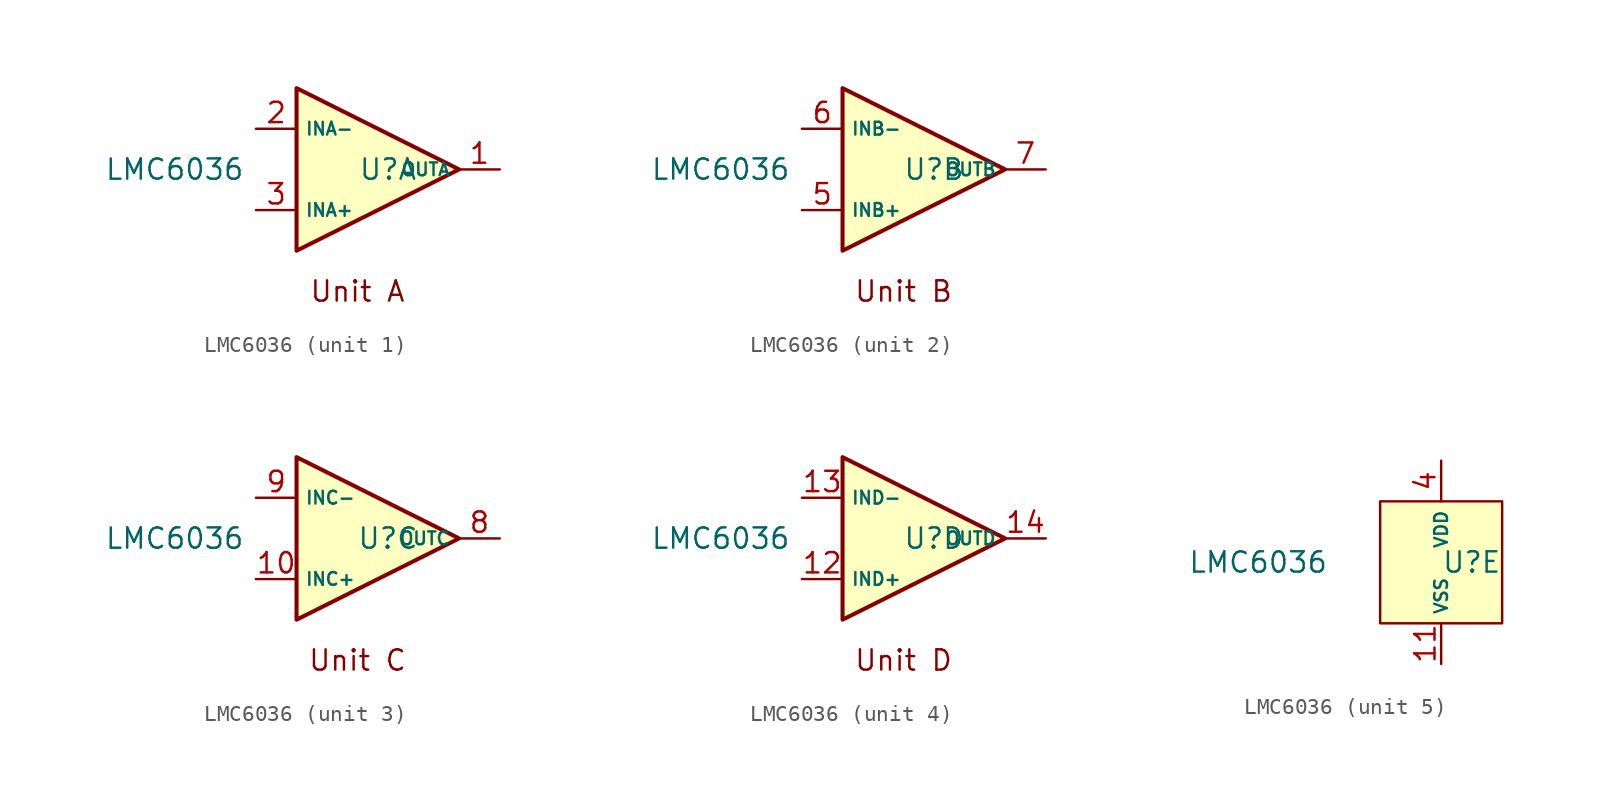
<source format=kicad_sym>
(kicad_symbol_lib
  (version 20210619)
  (generator kicad_symbol_editor)
  (symbol "LMC6036_custom:LMC6036"
    (property "Reference" "U"
      (at 1.905 0 0)
      (effects (font (size 1.27 1.27))))
    (property "Value" "LMC6036"
      (at -11.43 0 0)
      (effects (font (size 1.27 1.27))))
    (property "ki_locked" ""
      (at 0 0 0)
      (effects (font (size 1.27 1.27))))
    (symbol "LMC6036_1_1"
      (text "Unit A" (at 0 -7.62 0) (effects (font (size 1.27 1.27))))
      (polyline (pts (xy -3.81 5.08) (xy 6.35 0) (xy -3.81 -5.08) (xy -3.81 5.08)) (stroke (width 0.254)) (fill (type background)))
      (pin output line (at 8.89 0 180) (length 2.54) (name "OUTA" (effects (font (size 0.8 0.8)))) (number "1" (effects (font (size 1.27 1.27)))))
      (pin input line (at -6.35 2.54 0) (length 2.54) (name "INA-" (effects (font (size 0.8 0.8)))) (number "2" (effects (font (size 1.27 1.27)))))
      (pin input line (at -6.35 -2.54 0) (length 2.54) (name "INA+" (effects (font (size 0.8 0.8)))) (number "3" (effects (font (size 1.27 1.27))))))
    (symbol "LMC6036_2_1"
      (text "Unit B" (at 0 -7.62 0) (effects (font (size 1.27 1.27))))
      (polyline (pts (xy -3.81 5.08) (xy 6.35 0) (xy -3.81 -5.08) (xy -3.81 5.08)) (stroke (width 0.254)) (fill (type background)))
      (pin input line (at -6.35 -2.54 0) (length 2.54) (name "INB+" (effects (font (size 0.8 0.8)))) (number "5" (effects (font (size 1.27 1.27)))))
      (pin input line (at -6.35 2.54 0) (length 2.54) (name "INB-" (effects (font (size 0.8 0.8)))) (number "6" (effects (font (size 1.27 1.27)))))
      (pin output line (at 8.89 0 180) (length 2.54) (name "OUTB" (effects (font (size 0.8 0.8)))) (number "7" (effects (font (size 1.27 1.27))))))
    (symbol "LMC6036_3_1"
      (text "Unit C" (at 0 -7.62 0) (effects (font (size 1.27 1.27))))
      (polyline (pts (xy -3.81 5.08) (xy 6.35 0) (xy -3.81 -5.08) (xy -3.81 5.08)) (stroke (width 0.254)) (fill (type background)))
      (pin input line (at -6.35 -2.54 0) (length 2.54) (name "INC+" (effects (font (size 0.8 0.8)))) (number "10" (effects (font (size 1.27 1.27)))))
      (pin output line (at 8.89 0 180) (length 2.54) (name "OUTC" (effects (font (size 0.8 0.8)))) (number "8" (effects (font (size 1.27 1.27)))))
      (pin input line (at -6.35 2.54 0) (length 2.54) (name "INC-" (effects (font (size 0.8 0.8)))) (number "9" (effects (font (size 1.27 1.27))))))
    (symbol "LMC6036_4_1"
      (text "Unit D" (at 0 -7.62 0) (effects (font (size 1.27 1.27))))
      (polyline (pts (xy -3.81 5.08) (xy 6.35 0) (xy -3.81 -5.08) (xy -3.81 5.08)) (stroke (width 0.254)) (fill (type background)))
      (pin input line (at -6.35 -2.54 0) (length 2.54) (name "IND+" (effects (font (size 0.8 0.8)))) (number "12" (effects (font (size 1.27 1.27)))))
      (pin input line (at -6.35 2.54 0) (length 2.54) (name "IND-" (effects (font (size 0.8 0.8)))) (number "13" (effects (font (size 1.27 1.27)))))
      (pin output line (at 8.89 0 180) (length 2.54) (name "OUTD" (effects (font (size 0.8 0.8)))) (number "14" (effects (font (size 1.27 1.27))))))
    (symbol "LMC6036_5_1"
      (rectangle (start -3.81 3.81) (end 3.81 -3.81) (stroke (width 0.152)) (fill (type background)))
      (pin power_in line (at 0 -6.35 90) (length 2.54) (name "VSS" (effects (font (size 0.8 0.8)))) (number "11" (effects (font (size 1.27 1.27)))))
      (pin power_in line (at 0 6.35 270) (length 2.54) (name "VDD" (effects (font (size 0.8 0.8)))) (number "4" (effects (font (size 1.27 1.27))))))))
</source>
